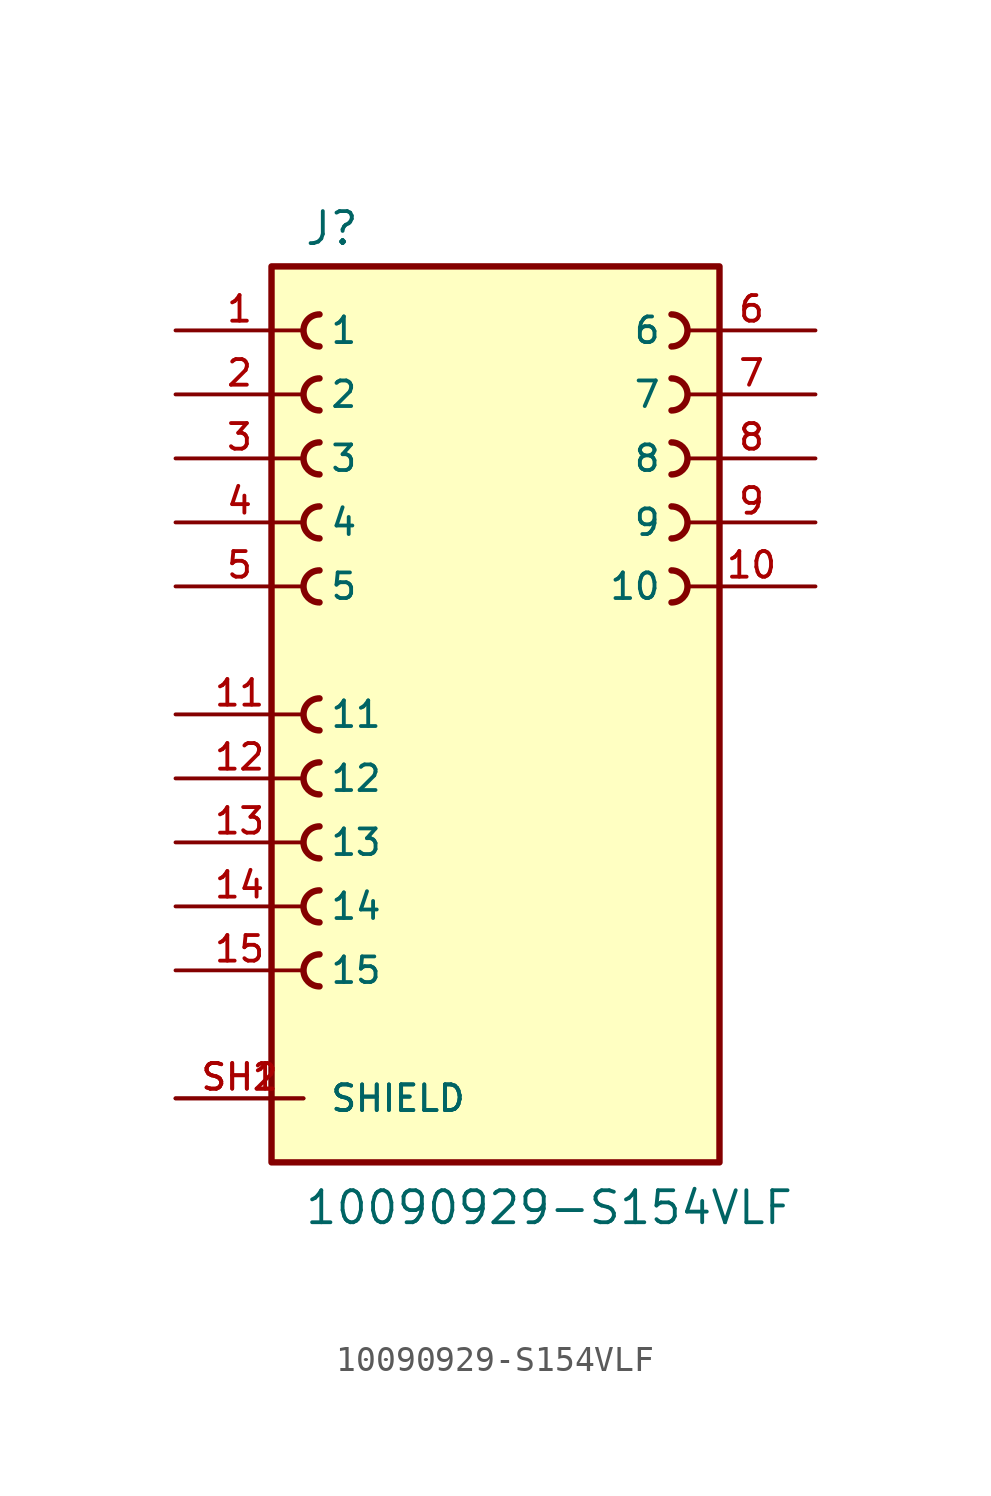
<source format=kicad_sym>
(kicad_symbol_lib
  (version 20211014)
  (generator kicad_symbol_editor)
  (symbol "10090929-S154VLF"
    (pin_names
      (offset 1.016))
    (property "Reference" "J"
      (at -7.62 18.542 0)
      (effects (font (size 1.27 1.27)) (justify bottom left)))
    (property "Value" "10090929-S154VLF"
      (at -7.62 -20.32 0)
      (effects (font (size 1.27 1.27)) (justify bottom left)))
    (symbol "10090929-S154VLF_0_0"
      (arc (start 6.985 10.795) (mid 7.62 10.16) (end 6.985 9.525) (stroke (width 0.254) (type default) (color 0 0 0 0)) (fill (type none)))
      (arc (start 6.985 13.335) (mid 7.62 12.7) (end 6.985 12.065) (stroke (width 0.254) (type default) (color 0 0 0 0)) (fill (type none)))
      (arc (start 6.985 15.875) (mid 7.62 15.24) (end 6.985 14.605) (stroke (width 0.254) (type default) (color 0 0 0 0)) (fill (type none)))
      (arc (start -6.985 5.715) (mid -7.62 5.08) (end -6.985 4.445) (stroke (width 0.254) (type default) (color 0 0 0 0)) (fill (type none)))
      (arc (start -6.985 8.255) (mid -7.62 7.62) (end -6.985 6.985) (stroke (width 0.254) (type default) (color 0 0 0 0)) (fill (type none)))
      (arc (start -6.985 10.795) (mid -7.62 10.16) (end -6.985 9.525) (stroke (width 0.254) (type default) (color 0 0 0 0)) (fill (type none)))
      (arc (start -6.985 13.335) (mid -7.62 12.7) (end -6.985 12.065) (stroke (width 0.254) (type default) (color 0 0 0 0)) (fill (type none)))
      (arc (start -6.985 15.875) (mid -7.62 15.24) (end -6.985 14.605) (stroke (width 0.254) (type default) (color 0 0 0 0)) (fill (type none)))
      (arc (start 6.985 6.985) (mid 7.62 7.62) (end 6.985 8.255) (stroke (width 0.254) (type default) (color 0 0 0 0)) (fill (type none)))
      (arc (start 6.985 4.445) (mid 7.62 5.08) (end 6.985 5.715) (stroke (width 0.254) (type default) (color 0 0 0 0)) (fill (type none)))
      (arc (start -6.985 -0.635) (mid -7.62 0.0) (end -6.985 0.635) (stroke (width 0.254) (type default) (color 0 0 0 0)) (fill (type none)))
      (arc (start -6.985 -3.175) (mid -7.62 -2.54) (end -6.985 -1.905) (stroke (width 0.254) (type default) (color 0 0 0 0)) (fill (type none)))
      (arc (start -6.985 -5.715) (mid -7.62 -5.08) (end -6.985 -4.445) (stroke (width 0.254) (type default) (color 0 0 0 0)) (fill (type none)))
      (arc (start -6.985 -8.255) (mid -7.62 -7.62) (end -6.985 -6.985) (stroke (width 0.254) (type default) (color 0 0 0 0)) (fill (type none)))
      (arc (start -6.985 -10.795) (mid -7.62 -10.16) (end -6.985 -9.525) (stroke (width 0.254) (type default) (color 0 0 0 0)) (fill (type none)))
      (rectangle (start -8.89 -17.78) (end 8.89 17.78) (stroke (width 0.254)) (fill (type background)))
      (pin passive line (at -12.7 15.24 0) (length 5.08) (name "1" (effects (font (size 1.016 1.016)))) (number "1" (effects (font (size 1.016 1.016)))))
      (pin passive line (at -12.7 12.7 0) (length 5.08) (name "2" (effects (font (size 1.016 1.016)))) (number "2" (effects (font (size 1.016 1.016)))))
      (pin passive line (at -12.7 10.16 0) (length 5.08) (name "3" (effects (font (size 1.016 1.016)))) (number "3" (effects (font (size 1.016 1.016)))))
      (pin passive line (at -12.7 7.62 0) (length 5.08) (name "4" (effects (font (size 1.016 1.016)))) (number "4" (effects (font (size 1.016 1.016)))))
      (pin passive line (at -12.7 5.08 0) (length 5.08) (name "5" (effects (font (size 1.016 1.016)))) (number "5" (effects (font (size 1.016 1.016)))))
      (pin passive line (at 12.7 15.24 180.0) (length 5.08) (name "6" (effects (font (size 1.016 1.016)))) (number "6" (effects (font (size 1.016 1.016)))))
      (pin passive line (at 12.7 12.7 180.0) (length 5.08) (name "7" (effects (font (size 1.016 1.016)))) (number "7" (effects (font (size 1.016 1.016)))))
      (pin passive line (at 12.7 10.16 180.0) (length 5.08) (name "8" (effects (font (size 1.016 1.016)))) (number "8" (effects (font (size 1.016 1.016)))))
      (pin passive line (at 12.7 7.62 180.0) (length 5.08) (name "9" (effects (font (size 1.016 1.016)))) (number "9" (effects (font (size 1.016 1.016)))))
      (pin passive line (at 12.7 5.08 180.0) (length 5.08) (name "10" (effects (font (size 1.016 1.016)))) (number "10" (effects (font (size 1.016 1.016)))))
      (pin passive line (at -12.7 0.0 0) (length 5.08) (name "11" (effects (font (size 1.016 1.016)))) (number "11" (effects (font (size 1.016 1.016)))))
      (pin passive line (at -12.7 -2.54 0) (length 5.08) (name "12" (effects (font (size 1.016 1.016)))) (number "12" (effects (font (size 1.016 1.016)))))
      (pin passive line (at -12.7 -5.08 0) (length 5.08) (name "13" (effects (font (size 1.016 1.016)))) (number "13" (effects (font (size 1.016 1.016)))))
      (pin passive line (at -12.7 -7.62 0) (length 5.08) (name "14" (effects (font (size 1.016 1.016)))) (number "14" (effects (font (size 1.016 1.016)))))
      (pin passive line (at -12.7 -10.16 0) (length 5.08) (name "15" (effects (font (size 1.016 1.016)))) (number "15" (effects (font (size 1.016 1.016)))))
      (pin passive line (at -12.7 -15.24 0) (length 5.08) (name "SHIELD" (effects (font (size 1.016 1.016)))) (number "SH1" (effects (font (size 1.016 1.016)))))
      (pin passive line (at -12.7 -15.24 0) (length 5.08) (name "SHIELD" (effects (font (size 1.016 1.016)))) (number "SH2" (effects (font (size 1.016 1.016))))))))
</source>
